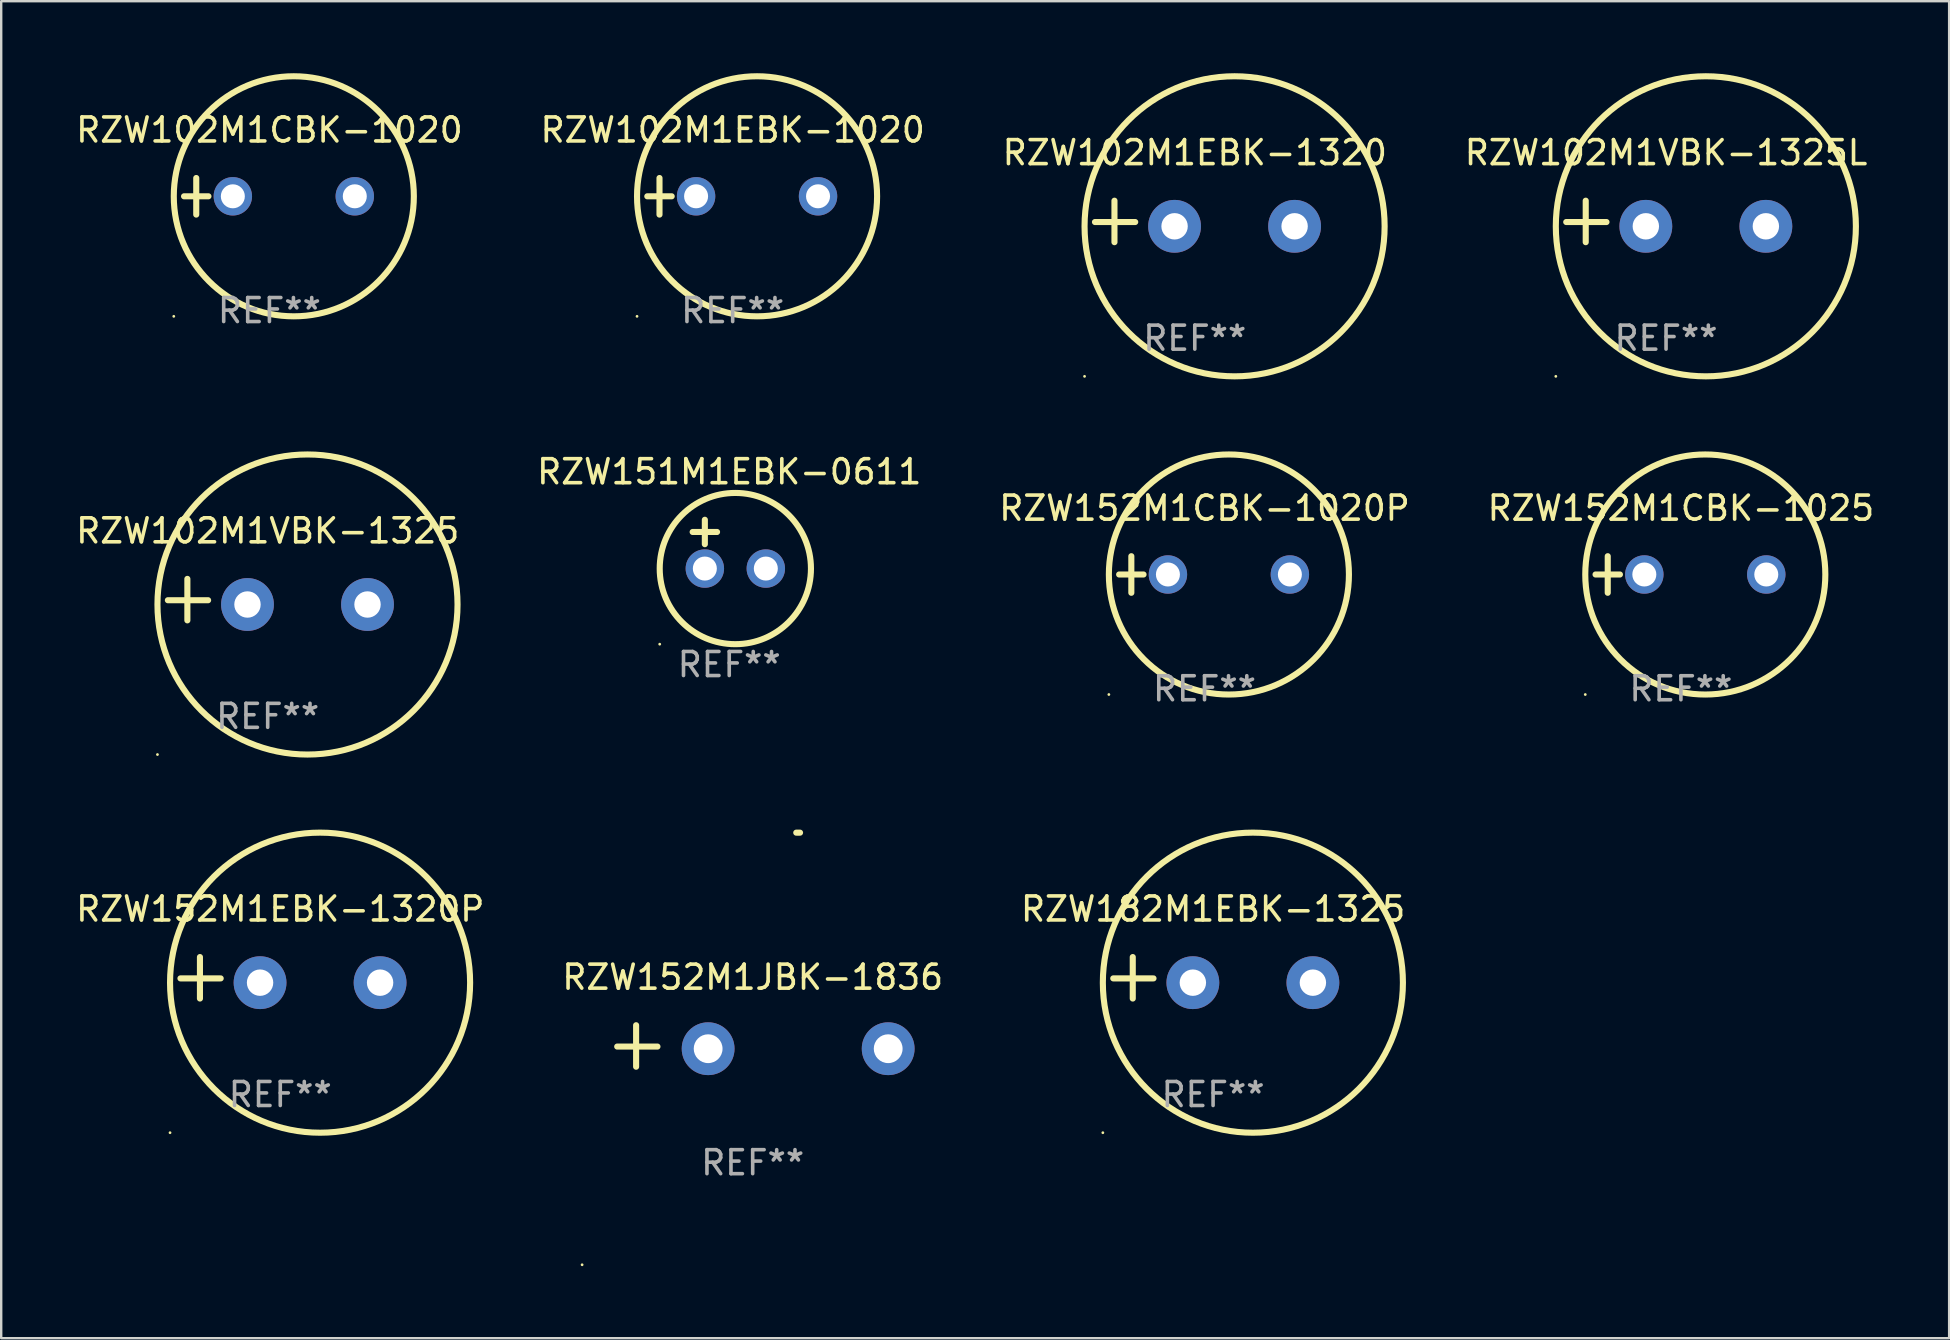
<source format=kicad_pcb>
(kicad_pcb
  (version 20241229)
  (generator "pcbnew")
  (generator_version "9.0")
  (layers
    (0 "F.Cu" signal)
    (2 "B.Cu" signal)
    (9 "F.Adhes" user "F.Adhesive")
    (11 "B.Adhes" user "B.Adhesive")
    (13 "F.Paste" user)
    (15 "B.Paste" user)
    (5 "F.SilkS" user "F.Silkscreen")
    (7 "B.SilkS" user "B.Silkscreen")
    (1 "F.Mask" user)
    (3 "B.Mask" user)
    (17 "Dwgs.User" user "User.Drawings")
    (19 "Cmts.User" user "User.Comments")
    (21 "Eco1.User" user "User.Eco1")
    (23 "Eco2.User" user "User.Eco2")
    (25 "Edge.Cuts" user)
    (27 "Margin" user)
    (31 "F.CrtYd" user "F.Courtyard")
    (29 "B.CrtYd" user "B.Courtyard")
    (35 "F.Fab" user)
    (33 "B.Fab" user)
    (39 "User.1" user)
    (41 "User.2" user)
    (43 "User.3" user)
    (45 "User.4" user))
  (footprint "RZW152M1EBK-1320P"
    (layer "F.Cu")
    (at 8.625 37.681)
    (property "Reference" "RZW152M1EBK-1320P" (at 0 -2.864 0) (layer "F.SilkS") (effects (font (size 1 1) (thickness 0.15))))
    (attr through_hole)
    (fp_line (start -3.346 0.864) (end -3.346 -0.864) (stroke (width 0.254) (type solid)) (layer "F.SilkS"))
    (fp_line (start -2.482 0.025) (end -4.158 0.025) (stroke (width 0.254) (type solid)) (layer "F.SilkS"))
    (fp_circle (center -4.592 6.453) (end -4.562 6.453) (stroke (width 0.06) (type solid)) (fill no) (layer "F.SilkS"))
    (fp_circle (center 1.658 0.203) (end 7.908 0.203) (stroke (width 0.254) (type solid)) (fill no) (layer "F.SilkS"))
    (fp_text user "REF**" (at 0 4.864 0) (layer "F.Fab") (effects (font (size 1 1) (thickness 0.15))))
    (pad "1" thru_hole circle (at -0.842 0.203) (size 2.2 2.2) (drill 1.1) (layers "*.Cu" "*.Mask"))
    (pad "2" thru_hole circle (at 4.158 0.203) (size 2.2 2.2) (drill 1.1) (layers "*.Cu" "*.Mask")))
  (footprint "RZW182M1EBK-1325"
    (layer "F.Cu")
    (at 47.482 37.681)
    (property "Reference" "RZW182M1EBK-1325" (at 0 -2.864 0) (layer "F.SilkS") (effects (font (size 1 1) (thickness 0.15))))
    (attr through_hole)
    (fp_line (start -3.346 0.864) (end -3.346 -0.864) (stroke (width 0.254) (type solid)) (layer "F.SilkS"))
    (fp_line (start -2.482 0.025) (end -4.158 0.025) (stroke (width 0.254) (type solid)) (layer "F.SilkS"))
    (fp_circle (center -4.592 6.453) (end -4.562 6.453) (stroke (width 0.06) (type solid)) (fill no) (layer "F.SilkS"))
    (fp_circle (center 1.658 0.203) (end 7.908 0.203) (stroke (width 0.254) (type solid)) (fill no) (layer "F.SilkS"))
    (fp_text user "REF**" (at 0 4.864 0) (layer "F.Fab") (effects (font (size 1 1) (thickness 0.15))))
    (pad "1" thru_hole circle (at -0.842 0.203) (size 2.2 2.2) (drill 1.1) (layers "*.Cu" "*.Mask"))
    (pad "2" thru_hole circle (at 4.158 0.203) (size 2.2 2.2) (drill 1.1) (layers "*.Cu" "*.Mask")))
  (footprint "RZW151M1EBK-0611"
    (layer "F.Cu")
    (at 27.327 19.618)
    (property "Reference" "RZW151M1EBK-0611" (at 0 -3.016 0) (layer "F.SilkS") (effects (font (size 1 1) (thickness 0.15))))
    (attr through_hole)
    (fp_line (start -1.524 -0.508) (end -0.508 -0.508) (stroke (width 0.254) (type solid)) (layer "F.SilkS"))
    (fp_line (start -1.016 -1.016) (end -1.016 0) (stroke (width 0.254) (type solid)) (layer "F.SilkS"))
    (fp_circle (center -2.896 4.166) (end -2.866 4.166) (stroke (width 0.06) (type solid)) (fill no) (layer "F.SilkS"))
    (fp_circle (center 0.254 1.016) (end 3.404 1.016) (stroke (width 0.254) (type solid)) (fill no) (layer "F.SilkS"))
    (fp_text user "REF**" (at 0 5.016 0) (layer "F.Fab") (effects (font (size 1 1) (thickness 0.15))))
    (pad "1" thru_hole circle (at -1.016 1.016) (size 1.6 1.6) (drill 1) (layers "*.Cu" "*.Mask"))
    (pad "2" thru_hole circle (at 1.524 1.016) (size 1.6 1.6) (drill 1) (layers "*.Cu" "*.Mask")))
  (footprint "RZW102M1EBK-1020"
    (layer "F.Cu")
    (at 27.47 5.127)
    (property "Reference" "RZW102M1EBK-1020" (at 0 -2.762 0) (layer "F.SilkS") (effects (font (size 1 1) (thickness 0.15))))
    (attr through_hole)
    (fp_line (start -3.556 0) (end -2.54 0) (stroke (width 0.254) (type solid)) (layer "F.SilkS"))
    (fp_line (start -3.048 -0.762) (end -3.048 0.762) (stroke (width 0.254) (type solid)) (layer "F.SilkS"))
    (fp_circle (center -3.984 5) (end -3.954 5) (stroke (width 0.06) (type solid)) (fill no) (layer "F.SilkS"))
    (fp_circle (center 1.016 0) (end 6.016 0) (stroke (width 0.254) (type solid)) (fill no) (layer "F.SilkS"))
    (fp_text user "REF**" (at 0 4.762 0) (layer "F.Fab") (effects (font (size 1 1) (thickness 0.15))))
    (pad "1" thru_hole circle (at -1.524 0) (size 1.6 1.6) (drill 1) (layers "*.Cu" "*.Mask"))
    (pad "2" thru_hole circle (at 3.556 0) (size 1.6 1.6) (drill 1) (layers "*.Cu" "*.Mask")))
  (footprint "RZW102M1EBK-1320"
    (layer "F.Cu")
    (at 46.72 6.174)
    (property "Reference" "RZW102M1EBK-1320" (at 0 -2.864 0) (layer "F.SilkS") (effects (font (size 1 1) (thickness 0.15))))
    (attr through_hole)
    (fp_line (start -3.346 0.864) (end -3.346 -0.864) (stroke (width 0.254) (type solid)) (layer "F.SilkS"))
    (fp_line (start -2.482 0.025) (end -4.158 0.025) (stroke (width 0.254) (type solid)) (layer "F.SilkS"))
    (fp_circle (center -4.592 6.453) (end -4.562 6.453) (stroke (width 0.06) (type solid)) (fill no) (layer "F.SilkS"))
    (fp_circle (center 1.658 0.203) (end 7.908 0.203) (stroke (width 0.254) (type solid)) (fill no) (layer "F.SilkS"))
    (fp_text user "REF**" (at 0 4.864 0) (layer "F.Fab") (effects (font (size 1 1) (thickness 0.15))))
    (pad "1" thru_hole circle (at -0.842 0.203) (size 2.2 2.2) (drill 1.1) (layers "*.Cu" "*.Mask"))
    (pad "2" thru_hole circle (at 4.158 0.203) (size 2.2 2.2) (drill 1.1) (layers "*.Cu" "*.Mask")))
  (footprint "RZW102M1VBK-1325"
    (layer "F.Cu")
    (at 8.101 21.928)
    (property "Reference" "RZW102M1VBK-1325" (at 0 -2.864 0) (layer "F.SilkS") (effects (font (size 1 1) (thickness 0.15))))
    (attr through_hole)
    (fp_line (start -3.346 0.864) (end -3.346 -0.864) (stroke (width 0.254) (type solid)) (layer "F.SilkS"))
    (fp_line (start -2.482 0.025) (end -4.158 0.025) (stroke (width 0.254) (type solid)) (layer "F.SilkS"))
    (fp_circle (center -4.592 6.453) (end -4.562 6.453) (stroke (width 0.06) (type solid)) (fill no) (layer "F.SilkS"))
    (fp_circle (center 1.658 0.203) (end 7.908 0.203) (stroke (width 0.254) (type solid)) (fill no) (layer "F.SilkS"))
    (fp_text user "REF**" (at 0 4.864 0) (layer "F.Fab") (effects (font (size 1 1) (thickness 0.15))))
    (pad "1" thru_hole circle (at -0.842 0.203) (size 2.2 2.2) (drill 1.1) (layers "*.Cu" "*.Mask"))
    (pad "2" thru_hole circle (at 4.158 0.203) (size 2.2 2.2) (drill 1.1) (layers "*.Cu" "*.Mask")))
  (footprint "RZW102M1CBK-1020"
    (layer "F.Cu")
    (at 8.173 5.127)
    (property "Reference" "RZW102M1CBK-1020" (at 0 -2.762 0) (layer "F.SilkS") (effects (font (size 1 1) (thickness 0.15))))
    (attr through_hole)
    (fp_line (start -3.556 0) (end -2.54 0) (stroke (width 0.254) (type solid)) (layer "F.SilkS"))
    (fp_line (start -3.048 -0.762) (end -3.048 0.762) (stroke (width 0.254) (type solid)) (layer "F.SilkS"))
    (fp_circle (center -3.984 5) (end -3.954 5) (stroke (width 0.06) (type solid)) (fill no) (layer "F.SilkS"))
    (fp_circle (center 1.016 0) (end 6.016 0) (stroke (width 0.254) (type solid)) (fill no) (layer "F.SilkS"))
    (fp_text user "REF**" (at 0 4.762 0) (layer "F.Fab") (effects (font (size 1 1) (thickness 0.15))))
    (pad "1" thru_hole circle (at -1.524 0) (size 1.6 1.6) (drill 1) (layers "*.Cu" "*.Mask"))
    (pad "2" thru_hole circle (at 3.556 0) (size 1.6 1.6) (drill 1) (layers "*.Cu" "*.Mask")))
  (footprint "RZW152M1CBK-1020P"
    (layer "F.Cu")
    (at 47.125 20.881)
    (property "Reference" "RZW152M1CBK-1020P" (at 0 -2.762 0) (layer "F.SilkS") (effects (font (size 1 1) (thickness 0.15))))
    (attr through_hole)
    (fp_line (start -3.556 0) (end -2.54 0) (stroke (width 0.254) (type solid)) (layer "F.SilkS"))
    (fp_line (start -3.048 -0.762) (end -3.048 0.762) (stroke (width 0.254) (type solid)) (layer "F.SilkS"))
    (fp_circle (center -3.984 5) (end -3.954 5) (stroke (width 0.06) (type solid)) (fill no) (layer "F.SilkS"))
    (fp_circle (center 1.016 0) (end 6.016 0) (stroke (width 0.254) (type solid)) (fill no) (layer "F.SilkS"))
    (fp_text user "REF**" (at 0 4.762 0) (layer "F.Fab") (effects (font (size 1 1) (thickness 0.15))))
    (pad "1" thru_hole circle (at -1.524 0) (size 1.6 1.6) (drill 1) (layers "*.Cu" "*.Mask"))
    (pad "2" thru_hole circle (at 3.556 0) (size 1.6 1.6) (drill 1) (layers "*.Cu" "*.Mask")))
  (footprint "RZW152M1JBK-1836"
    (layer "F.Cu")
    (at 28.304 40.521)
    (property "Reference" "RZW152M1JBK-1836" (at 0 -2.864 0) (layer "F.SilkS") (effects (font (size 1 1) (thickness 0.15))))
    (attr through_hole)
    (fp_line (start -4.856 0.864) (end -4.856 -0.864) (stroke (width 0.254) (type solid)) (layer "F.SilkS"))
    (fp_line (start -3.967 0.025) (end -5.644 0.025) (stroke (width 0.254) (type solid)) (layer "F.SilkS"))
    (fp_arc (start 1.815024 -8.885649) (mid 1.893764 -8.88599) (end 1.972504 -8.885649) (stroke (width 0.254001) (type solid)) (layer "F.SilkS"))
    (fp_circle (center -7.106 9.114) (end -7.076 9.114) (stroke (width 0.06) (type solid)) (fill no) (layer "F.SilkS"))
    (fp_text user "REF**" (at 0 4.864 0) (layer "F.Fab") (effects (font (size 1 1) (thickness 0.15))))
    (pad "1" thru_hole circle (at -1.856 0.114) (size 2.2 2.2) (drill 1.2) (layers "*.Cu" "*.Mask"))
    (pad "2" thru_hole circle (at 5.644 0.114) (size 2.2 2.2) (drill 1.2) (layers "*.Cu" "*.Mask")))
  (footprint "RZW102M1VBK-1325L"
    (layer "F.Cu")
    (at 66.351 6.174)
    (property "Reference" "RZW102M1VBK-1325L" (at 0 -2.864 0) (layer "F.SilkS") (effects (font (size 1 1) (thickness 0.15))))
    (attr through_hole)
    (fp_line (start -3.346 0.864) (end -3.346 -0.864) (stroke (width 0.254) (type solid)) (layer "F.SilkS"))
    (fp_line (start -2.482 0.025) (end -4.158 0.025) (stroke (width 0.254) (type solid)) (layer "F.SilkS"))
    (fp_circle (center -4.592 6.453) (end -4.562 6.453) (stroke (width 0.06) (type solid)) (fill no) (layer "F.SilkS"))
    (fp_circle (center 1.658 0.203) (end 7.908 0.203) (stroke (width 0.254) (type solid)) (fill no) (layer "F.SilkS"))
    (fp_text user "REF**" (at 0 4.864 0) (layer "F.Fab") (effects (font (size 1 1) (thickness 0.15))))
    (pad "1" thru_hole circle (at -0.842 0.203) (size 2.2 2.2) (drill 1.1) (layers "*.Cu" "*.Mask"))
    (pad "2" thru_hole circle (at 4.158 0.203) (size 2.2 2.2) (drill 1.1) (layers "*.Cu" "*.Mask")))
  (footprint "RZW152M1CBK-1025"
    (layer "F.Cu")
    (at 66.97 20.881)
    (property "Reference" "RZW152M1CBK-1025" (at 0 -2.762 0) (layer "F.SilkS") (effects (font (size 1 1) (thickness 0.15))))
    (attr through_hole)
    (fp_line (start -3.556 0) (end -2.54 0) (stroke (width 0.254) (type solid)) (layer "F.SilkS"))
    (fp_line (start -3.048 -0.762) (end -3.048 0.762) (stroke (width 0.254) (type solid)) (layer "F.SilkS"))
    (fp_circle (center -3.984 5) (end -3.954 5) (stroke (width 0.06) (type solid)) (fill no) (layer "F.SilkS"))
    (fp_circle (center 1.016 0) (end 6.016 0) (stroke (width 0.254) (type solid)) (fill no) (layer "F.SilkS"))
    (fp_text user "REF**" (at 0 4.762 0) (layer "F.Fab") (effects (font (size 1 1) (thickness 0.15))))
    (pad "1" thru_hole circle (at -1.524 0) (size 1.6 1.6) (drill 1) (layers "*.Cu" "*.Mask"))
    (pad "2" thru_hole circle (at 3.556 0) (size 1.6 1.6) (drill 1) (layers "*.Cu" "*.Mask")))
  (gr_rect
    (start -3 -3)
    (end 78.143 52.694)
    (stroke (width 0.1) (type default))
    (fill no)
    (layer "Edge.Cuts")))
</source>
